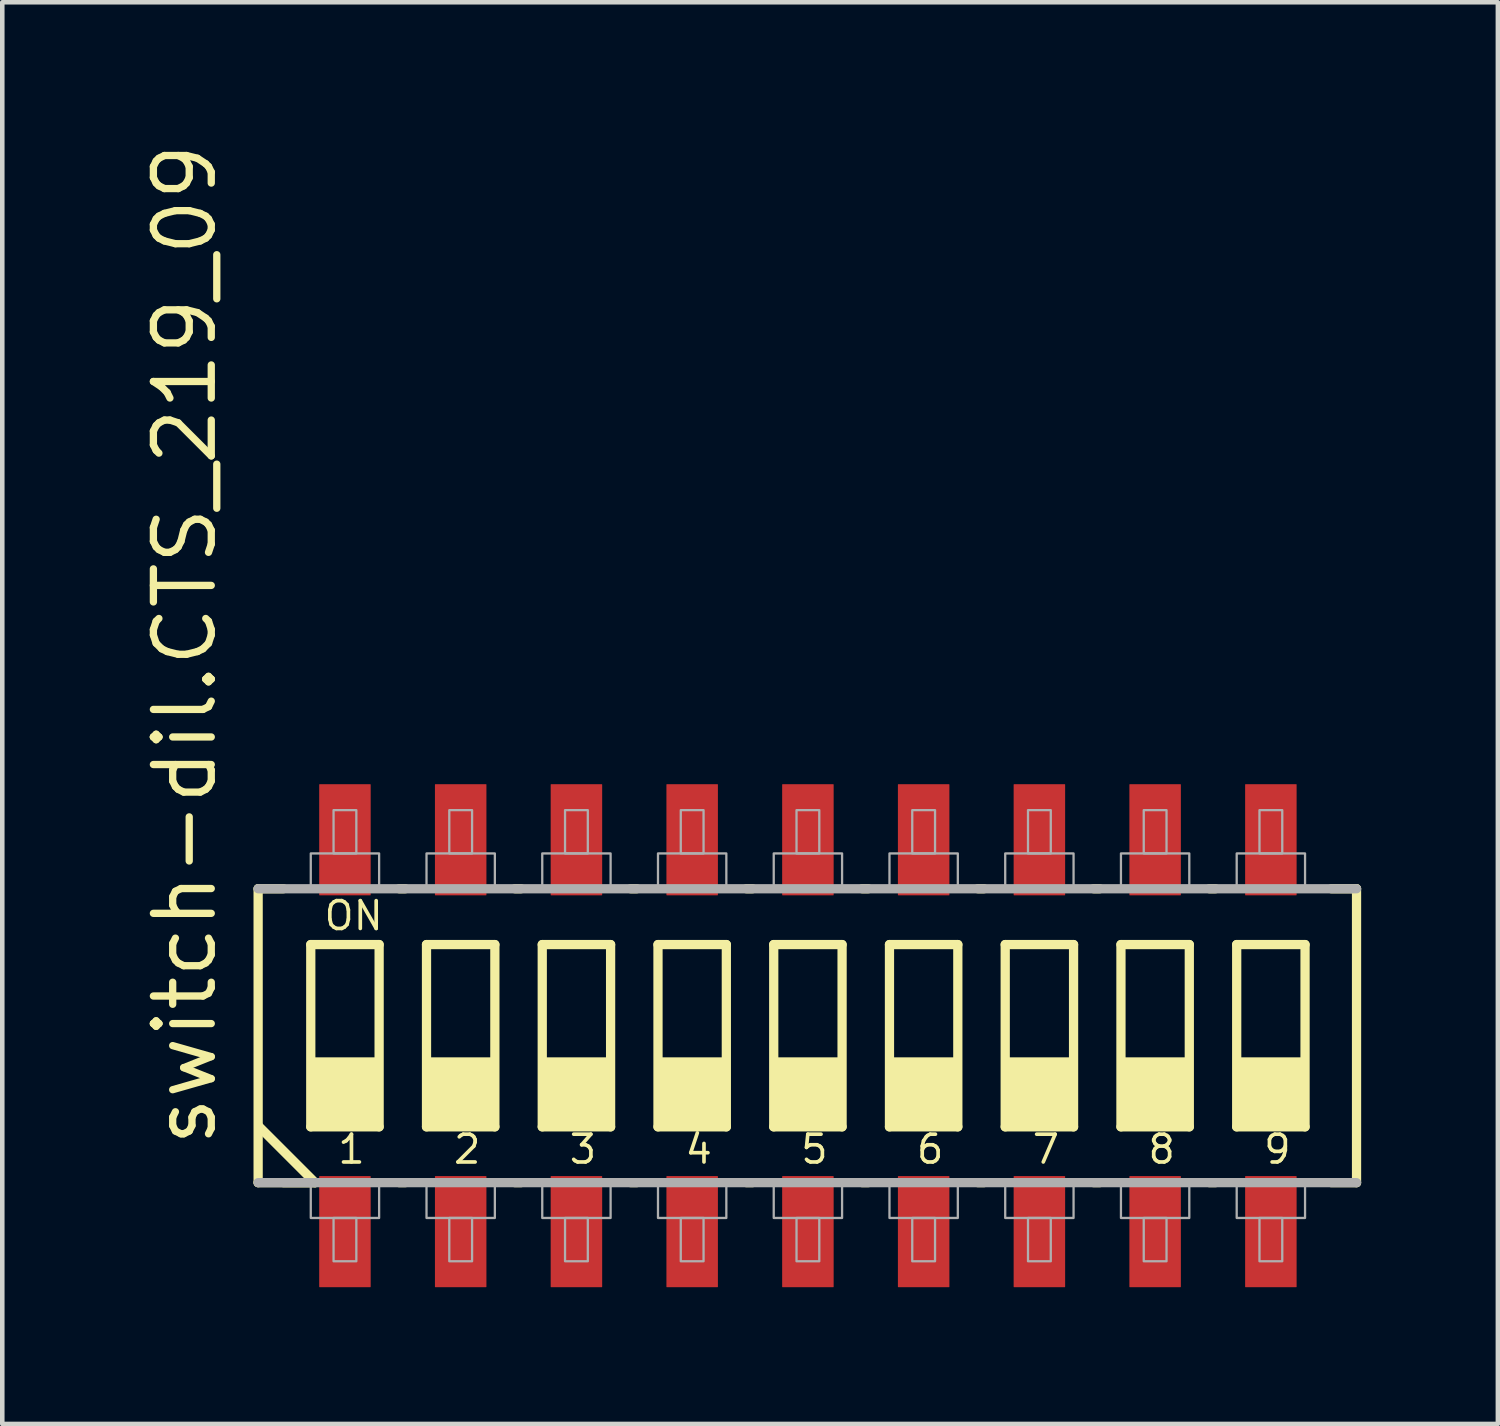
<source format=kicad_pcb>
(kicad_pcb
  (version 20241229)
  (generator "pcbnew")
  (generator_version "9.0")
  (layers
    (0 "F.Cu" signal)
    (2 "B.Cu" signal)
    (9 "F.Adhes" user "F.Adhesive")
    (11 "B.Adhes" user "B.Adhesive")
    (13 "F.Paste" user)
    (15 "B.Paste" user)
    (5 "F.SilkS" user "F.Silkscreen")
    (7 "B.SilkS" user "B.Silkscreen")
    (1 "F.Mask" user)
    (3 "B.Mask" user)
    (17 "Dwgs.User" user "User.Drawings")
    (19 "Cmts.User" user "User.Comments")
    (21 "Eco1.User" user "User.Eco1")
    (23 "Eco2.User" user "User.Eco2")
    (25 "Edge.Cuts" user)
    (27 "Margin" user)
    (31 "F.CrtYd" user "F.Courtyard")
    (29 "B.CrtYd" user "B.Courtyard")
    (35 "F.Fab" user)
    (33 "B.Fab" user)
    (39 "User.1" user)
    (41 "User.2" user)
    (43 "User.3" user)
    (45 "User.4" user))
  (footprint "switch-dil.CTS_219_09"
    (layer "F.Cu")
    (at 14.68 19.679)
    (property "Reference" "switch-dil.CTS_219_09" (at -12.93 2.5 90) (layer "F.SilkS") (effects (font (size 1.27 1.27) (thickness 0.16)) (justify left bottom)))
    (attr smd)
    (fp_line (start -12.065 -3.225) (end -11.51 -3.225) (stroke (width 0.203) (type default)) (layer "F.SilkS"))
    (fp_line (start -12.065 3.225) (end -12.065 -3.225) (stroke (width 0.203) (type default)) (layer "F.SilkS"))
    (fp_line (start -12.04 2) (end -10.815 3.225) (stroke (width 0.203) (type default)) (layer "F.SilkS"))
    (fp_line (start -11.51 3.225) (end -10.815 3.225) (stroke (width 0.203) (type default)) (layer "F.SilkS"))
    (fp_line (start -10.91 -2) (end -9.41 -2) (stroke (width 0.203) (type default)) (layer "F.SilkS"))
    (fp_line (start -10.91 2) (end -10.91 -2) (stroke (width 0.203) (type default)) (layer "F.SilkS"))
    (fp_line (start -10.815 3.225) (end -12.065 3.225) (stroke (width 0.203) (type default)) (layer "F.SilkS"))
    (fp_line (start -9.41 -2) (end -9.41 2) (stroke (width 0.203) (type default)) (layer "F.SilkS"))
    (fp_line (start -9.41 2) (end -10.91 2) (stroke (width 0.203) (type default)) (layer "F.SilkS"))
    (fp_line (start -8.97 3.225) (end -8.835 3.225) (stroke (width 0.203) (type default)) (layer "F.SilkS"))
    (fp_line (start -8.835 -3.225) (end -8.97 -3.225) (stroke (width 0.203) (type default)) (layer "F.SilkS"))
    (fp_line (start -8.37 -2) (end -6.87 -2) (stroke (width 0.203) (type default)) (layer "F.SilkS"))
    (fp_line (start -8.37 2) (end -8.37 -2) (stroke (width 0.203) (type default)) (layer "F.SilkS"))
    (fp_line (start -6.87 -2) (end -6.87 2) (stroke (width 0.203) (type default)) (layer "F.SilkS"))
    (fp_line (start -6.87 2) (end -8.37 2) (stroke (width 0.203) (type default)) (layer "F.SilkS"))
    (fp_line (start -6.43 3.225) (end -6.295 3.225) (stroke (width 0.203) (type default)) (layer "F.SilkS"))
    (fp_line (start -6.295 -3.225) (end -6.43 -3.225) (stroke (width 0.203) (type default)) (layer "F.SilkS"))
    (fp_line (start -5.83 -2) (end -4.33 -2) (stroke (width 0.203) (type default)) (layer "F.SilkS"))
    (fp_line (start -5.83 2) (end -5.83 -2) (stroke (width 0.203) (type default)) (layer "F.SilkS"))
    (fp_line (start -4.33 -2) (end -4.33 2) (stroke (width 0.203) (type default)) (layer "F.SilkS"))
    (fp_line (start -4.33 2) (end -5.83 2) (stroke (width 0.203) (type default)) (layer "F.SilkS"))
    (fp_line (start -3.89 3.225) (end -3.755 3.225) (stroke (width 0.203) (type default)) (layer "F.SilkS"))
    (fp_line (start -3.755 -3.225) (end -3.89 -3.225) (stroke (width 0.203) (type default)) (layer "F.SilkS"))
    (fp_line (start -3.29 -2) (end -1.79 -2) (stroke (width 0.203) (type default)) (layer "F.SilkS"))
    (fp_line (start -3.29 2) (end -3.29 -2) (stroke (width 0.203) (type default)) (layer "F.SilkS"))
    (fp_line (start -1.79 -2) (end -1.79 2) (stroke (width 0.203) (type default)) (layer "F.SilkS"))
    (fp_line (start -1.79 2) (end -3.29 2) (stroke (width 0.203) (type default)) (layer "F.SilkS"))
    (fp_line (start -1.35 3.225) (end -1.215 3.225) (stroke (width 0.203) (type default)) (layer "F.SilkS"))
    (fp_line (start -1.215 -3.225) (end -1.35 -3.225) (stroke (width 0.203) (type default)) (layer "F.SilkS"))
    (fp_line (start -0.75 -2) (end 0.75 -2) (stroke (width 0.203) (type default)) (layer "F.SilkS"))
    (fp_line (start -0.75 2) (end -0.75 -2) (stroke (width 0.203) (type default)) (layer "F.SilkS"))
    (fp_line (start 0.75 -2) (end 0.75 2) (stroke (width 0.203) (type default)) (layer "F.SilkS"))
    (fp_line (start 0.75 2) (end -0.75 2) (stroke (width 0.203) (type default)) (layer "F.SilkS"))
    (fp_line (start 1.19 3.225) (end 1.325 3.225) (stroke (width 0.203) (type default)) (layer "F.SilkS"))
    (fp_line (start 1.325 -3.225) (end 1.19 -3.225) (stroke (width 0.203) (type default)) (layer "F.SilkS"))
    (fp_line (start 1.79 -2) (end 3.29 -2) (stroke (width 0.203) (type default)) (layer "F.SilkS"))
    (fp_line (start 1.79 2) (end 1.79 -2) (stroke (width 0.203) (type default)) (layer "F.SilkS"))
    (fp_line (start 3.29 -2) (end 3.29 2) (stroke (width 0.203) (type default)) (layer "F.SilkS"))
    (fp_line (start 3.29 2) (end 1.79 2) (stroke (width 0.203) (type default)) (layer "F.SilkS"))
    (fp_line (start 3.73 3.225) (end 3.865 3.225) (stroke (width 0.203) (type default)) (layer "F.SilkS"))
    (fp_line (start 3.865 -3.225) (end 3.73 -3.225) (stroke (width 0.203) (type default)) (layer "F.SilkS"))
    (fp_line (start 4.33 -2) (end 5.83 -2) (stroke (width 0.203) (type default)) (layer "F.SilkS"))
    (fp_line (start 4.33 2) (end 4.33 -2) (stroke (width 0.203) (type default)) (layer "F.SilkS"))
    (fp_line (start 5.83 -2) (end 5.83 2) (stroke (width 0.203) (type default)) (layer "F.SilkS"))
    (fp_line (start 5.83 2) (end 4.33 2) (stroke (width 0.203) (type default)) (layer "F.SilkS"))
    (fp_line (start 6.27 3.225) (end 6.405 3.225) (stroke (width 0.203) (type default)) (layer "F.SilkS"))
    (fp_line (start 6.405 -3.225) (end 6.27 -3.225) (stroke (width 0.203) (type default)) (layer "F.SilkS"))
    (fp_line (start 6.87 -2) (end 8.37 -2) (stroke (width 0.203) (type default)) (layer "F.SilkS"))
    (fp_line (start 6.87 2) (end 6.87 -2) (stroke (width 0.203) (type default)) (layer "F.SilkS"))
    (fp_line (start 8.37 -2) (end 8.37 2) (stroke (width 0.203) (type default)) (layer "F.SilkS"))
    (fp_line (start 8.37 2) (end 6.87 2) (stroke (width 0.203) (type default)) (layer "F.SilkS"))
    (fp_line (start 8.81 3.225) (end 8.945 3.225) (stroke (width 0.203) (type default)) (layer "F.SilkS"))
    (fp_line (start 8.945 -3.225) (end 8.81 -3.225) (stroke (width 0.203) (type default)) (layer "F.SilkS"))
    (fp_line (start 9.41 -2) (end 10.91 -2) (stroke (width 0.203) (type default)) (layer "F.SilkS"))
    (fp_line (start 9.41 2) (end 9.41 -2) (stroke (width 0.203) (type default)) (layer "F.SilkS"))
    (fp_line (start 10.91 -2) (end 10.91 2) (stroke (width 0.203) (type default)) (layer "F.SilkS"))
    (fp_line (start 10.91 2) (end 9.41 2) (stroke (width 0.203) (type default)) (layer "F.SilkS"))
    (fp_line (start 11.485 -3.225) (end 12.04 -3.225) (stroke (width 0.203) (type default)) (layer "F.SilkS"))
    (fp_line (start 12.04 -3.225) (end 12.04 3.225) (stroke (width 0.203) (type default)) (layer "F.SilkS"))
    (fp_line (start 12.04 3.225) (end 11.485 3.225) (stroke (width 0.203) (type default)) (layer "F.SilkS"))
    (fp_rect (start -10.91 2) (end -9.41 0.5) (stroke (width 0.05) (type default)) (fill yes) (layer "F.SilkS"))
    (fp_rect (start -8.37 2) (end -6.87 0.5) (stroke (width 0.05) (type default)) (fill yes) (layer "F.SilkS"))
    (fp_rect (start -5.83 2) (end -4.33 0.5) (stroke (width 0.05) (type default)) (fill yes) (layer "F.SilkS"))
    (fp_rect (start -3.29 2) (end -1.79 0.5) (stroke (width 0.05) (type default)) (fill yes) (layer "F.SilkS"))
    (fp_rect (start -0.75 2) (end 0.75 0.5) (stroke (width 0.05) (type default)) (fill yes) (layer "F.SilkS"))
    (fp_rect (start 1.79 2) (end 3.29 0.5) (stroke (width 0.05) (type default)) (fill yes) (layer "F.SilkS"))
    (fp_rect (start 4.33 2) (end 5.83 0.5) (stroke (width 0.05) (type default)) (fill yes) (layer "F.SilkS"))
    (fp_rect (start 6.87 2) (end 8.37 0.5) (stroke (width 0.05) (type default)) (fill yes) (layer "F.SilkS"))
    (fp_rect (start 9.41 2) (end 10.91 0.5) (stroke (width 0.05) (type default)) (fill yes) (layer "F.SilkS"))
    (fp_line (start -12.065 -3.225) (end 12.04 -3.225) (stroke (width 0.203) (type default)) (layer "F.Fab"))
    (fp_line (start 12.04 3.225) (end -12.065 3.225) (stroke (width 0.203) (type default)) (layer "F.Fab"))
    (fp_rect (start -10.91 -3.25) (end -9.41 -4) (stroke (width 0.05) (type default)) (fill no) (layer "F.Fab"))
    (fp_rect (start -10.91 4) (end -9.41 3.25) (stroke (width 0.05) (type default)) (fill no) (layer "F.Fab"))
    (fp_rect (start -10.41 -4) (end -9.91 -4.95) (stroke (width 0.05) (type default)) (fill no) (layer "F.Fab"))
    (fp_rect (start -10.41 4.95) (end -9.91 4) (stroke (width 0.05) (type default)) (fill no) (layer "F.Fab"))
    (fp_rect (start -8.37 -3.25) (end -6.87 -4) (stroke (width 0.05) (type default)) (fill no) (layer "F.Fab"))
    (fp_rect (start -8.37 4) (end -6.87 3.25) (stroke (width 0.05) (type default)) (fill no) (layer "F.Fab"))
    (fp_rect (start -7.87 -4) (end -7.37 -4.95) (stroke (width 0.05) (type default)) (fill no) (layer "F.Fab"))
    (fp_rect (start -7.87 4.95) (end -7.37 4) (stroke (width 0.05) (type default)) (fill no) (layer "F.Fab"))
    (fp_rect (start -5.83 -3.25) (end -4.33 -4) (stroke (width 0.05) (type default)) (fill no) (layer "F.Fab"))
    (fp_rect (start -5.83 4) (end -4.33 3.25) (stroke (width 0.05) (type default)) (fill no) (layer "F.Fab"))
    (fp_rect (start -5.33 -4) (end -4.83 -4.95) (stroke (width 0.05) (type default)) (fill no) (layer "F.Fab"))
    (fp_rect (start -5.33 4.95) (end -4.83 4) (stroke (width 0.05) (type default)) (fill no) (layer "F.Fab"))
    (fp_rect (start -3.29 -3.25) (end -1.79 -4) (stroke (width 0.05) (type default)) (fill no) (layer "F.Fab"))
    (fp_rect (start -3.29 4) (end -1.79 3.25) (stroke (width 0.05) (type default)) (fill no) (layer "F.Fab"))
    (fp_rect (start -2.79 -4) (end -2.29 -4.95) (stroke (width 0.05) (type default)) (fill no) (layer "F.Fab"))
    (fp_rect (start -2.79 4.95) (end -2.29 4) (stroke (width 0.05) (type default)) (fill no) (layer "F.Fab"))
    (fp_rect (start -0.75 -3.25) (end 0.75 -4) (stroke (width 0.05) (type default)) (fill no) (layer "F.Fab"))
    (fp_rect (start -0.75 4) (end 0.75 3.25) (stroke (width 0.05) (type default)) (fill no) (layer "F.Fab"))
    (fp_rect (start -0.25 -4) (end 0.25 -4.95) (stroke (width 0.05) (type default)) (fill no) (layer "F.Fab"))
    (fp_rect (start -0.25 4.95) (end 0.25 4) (stroke (width 0.05) (type default)) (fill no) (layer "F.Fab"))
    (fp_rect (start 1.79 -3.25) (end 3.29 -4) (stroke (width 0.05) (type default)) (fill no) (layer "F.Fab"))
    (fp_rect (start 1.79 4) (end 3.29 3.25) (stroke (width 0.05) (type default)) (fill no) (layer "F.Fab"))
    (fp_rect (start 2.29 -4) (end 2.79 -4.95) (stroke (width 0.05) (type default)) (fill no) (layer "F.Fab"))
    (fp_rect (start 2.29 4.95) (end 2.79 4) (stroke (width 0.05) (type default)) (fill no) (layer "F.Fab"))
    (fp_rect (start 4.33 -3.25) (end 5.83 -4) (stroke (width 0.05) (type default)) (fill no) (layer "F.Fab"))
    (fp_rect (start 4.33 4) (end 5.83 3.25) (stroke (width 0.05) (type default)) (fill no) (layer "F.Fab"))
    (fp_rect (start 4.83 -4) (end 5.33 -4.95) (stroke (width 0.05) (type default)) (fill no) (layer "F.Fab"))
    (fp_rect (start 4.83 4.95) (end 5.33 4) (stroke (width 0.05) (type default)) (fill no) (layer "F.Fab"))
    (fp_rect (start 6.87 -3.25) (end 8.37 -4) (stroke (width 0.05) (type default)) (fill no) (layer "F.Fab"))
    (fp_rect (start 6.87 4) (end 8.37 3.25) (stroke (width 0.05) (type default)) (fill no) (layer "F.Fab"))
    (fp_rect (start 7.37 -4) (end 7.87 -4.95) (stroke (width 0.05) (type default)) (fill no) (layer "F.Fab"))
    (fp_rect (start 7.37 4.95) (end 7.87 4) (stroke (width 0.05) (type default)) (fill no) (layer "F.Fab"))
    (fp_rect (start 9.41 -3.25) (end 10.91 -4) (stroke (width 0.05) (type default)) (fill no) (layer "F.Fab"))
    (fp_rect (start 9.41 4) (end 10.91 3.25) (stroke (width 0.05) (type default)) (fill no) (layer "F.Fab"))
    (fp_rect (start 9.91 -4) (end 10.41 -4.95) (stroke (width 0.05) (type default)) (fill no) (layer "F.Fab"))
    (fp_rect (start 9.91 4.95) (end 10.41 4) (stroke (width 0.05) (type default)) (fill no) (layer "F.Fab"))
    (fp_text user "8" (at 7.42 2.85 0) (layer "F.SilkS") (effects (font (size 0.61 0.61) (thickness 0.08)) (justify left bottom)))
    (fp_text user "1" (at -10.36 2.85 0) (layer "F.SilkS") (effects (font (size 0.61 0.61) (thickness 0.08)) (justify left bottom)))
    (fp_text user "ON" (at -10.66 -2.275 0) (layer "F.SilkS") (effects (font (size 0.61 0.61) (thickness 0.08)) (justify left bottom)))
    (fp_text user "5" (at -0.2 2.85 0) (layer "F.SilkS") (effects (font (size 0.61 0.61) (thickness 0.08)) (justify left bottom)))
    (fp_text user "6" (at 2.34 2.85 0) (layer "F.SilkS") (effects (font (size 0.61 0.61) (thickness 0.08)) (justify left bottom)))
    (fp_text user "7" (at 4.88 2.85 0) (layer "F.SilkS") (effects (font (size 0.61 0.61) (thickness 0.08)) (justify left bottom)))
    (fp_text user "2" (at -7.82 2.85 0) (layer "F.SilkS") (effects (font (size 0.61 0.61) (thickness 0.08)) (justify left bottom)))
    (fp_text user "3" (at -5.28 2.85 0) (layer "F.SilkS") (effects (font (size 0.61 0.61) (thickness 0.08)) (justify left bottom)))
    (fp_text user "9" (at 9.96 2.85 0) (layer "F.SilkS") (effects (font (size 0.61 0.61) (thickness 0.08)) (justify left bottom)))
    (fp_text user "4" (at -2.74 2.85 0) (layer "F.SilkS") (effects (font (size 0.61 0.61) (thickness 0.08)) (justify left bottom)))
    (pad "1" smd roundrect (at -10.16 4.3) (size 1.13 2.44) (layers "F.Cu" "F.Mask" "F.Paste") (roundrect_rratio 0.01))
    (pad "2" smd roundrect (at -7.62 4.3) (size 1.13 2.44) (layers "F.Cu" "F.Mask" "F.Paste") (roundrect_rratio 0.01))
    (pad "3" smd roundrect (at -5.08 4.3) (size 1.13 2.44) (layers "F.Cu" "F.Mask" "F.Paste") (roundrect_rratio 0.01))
    (pad "4" smd roundrect (at -2.54 4.3) (size 1.13 2.44) (layers "F.Cu" "F.Mask" "F.Paste") (roundrect_rratio 0.01))
    (pad "5" smd roundrect (at 0 4.3) (size 1.13 2.44) (layers "F.Cu" "F.Mask" "F.Paste") (roundrect_rratio 0.01))
    (pad "6" smd roundrect (at 2.54 4.3) (size 1.13 2.44) (layers "F.Cu" "F.Mask" "F.Paste") (roundrect_rratio 0.01))
    (pad "7" smd roundrect (at 5.08 4.3) (size 1.13 2.44) (layers "F.Cu" "F.Mask" "F.Paste") (roundrect_rratio 0.01))
    (pad "8" smd roundrect (at 7.62 4.3) (size 1.13 2.44) (layers "F.Cu" "F.Mask" "F.Paste") (roundrect_rratio 0.01))
    (pad "9" smd roundrect (at 10.16 4.3) (size 1.13 2.44) (layers "F.Cu" "F.Mask" "F.Paste") (roundrect_rratio 0.01))
    (pad "10" smd roundrect (at 10.16 -4.3 180) (size 1.13 2.44) (layers "F.Cu" "F.Mask" "F.Paste") (roundrect_rratio 0.01))
    (pad "11" smd roundrect (at 7.62 -4.3 180) (size 1.13 2.44) (layers "F.Cu" "F.Mask" "F.Paste") (roundrect_rratio 0.01))
    (pad "12" smd roundrect (at 5.08 -4.3 180) (size 1.13 2.44) (layers "F.Cu" "F.Mask" "F.Paste") (roundrect_rratio 0.01))
    (pad "13" smd roundrect (at 2.54 -4.3 180) (size 1.13 2.44) (layers "F.Cu" "F.Mask" "F.Paste") (roundrect_rratio 0.01))
    (pad "14" smd roundrect (at 0 -4.3 180) (size 1.13 2.44) (layers "F.Cu" "F.Mask" "F.Paste") (roundrect_rratio 0.01))
    (pad "15" smd roundrect (at -2.54 -4.3 180) (size 1.13 2.44) (layers "F.Cu" "F.Mask" "F.Paste") (roundrect_rratio 0.01))
    (pad "16" smd roundrect (at -5.08 -4.3 180) (size 1.13 2.44) (layers "F.Cu" "F.Mask" "F.Paste") (roundrect_rratio 0.01))
    (pad "17" smd roundrect (at -7.62 -4.3 180) (size 1.13 2.44) (layers "F.Cu" "F.Mask" "F.Paste") (roundrect_rratio 0.01))
    (pad "18" smd roundrect (at -10.16 -4.3 180) (size 1.13 2.44) (layers "F.Cu" "F.Mask" "F.Paste") (roundrect_rratio 0.01)))
  (gr_rect
    (start -3 -3)
    (end 29.822 28.199)
    (stroke (width 0.1) (type default))
    (fill no)
    (layer "Edge.Cuts")))
</source>
